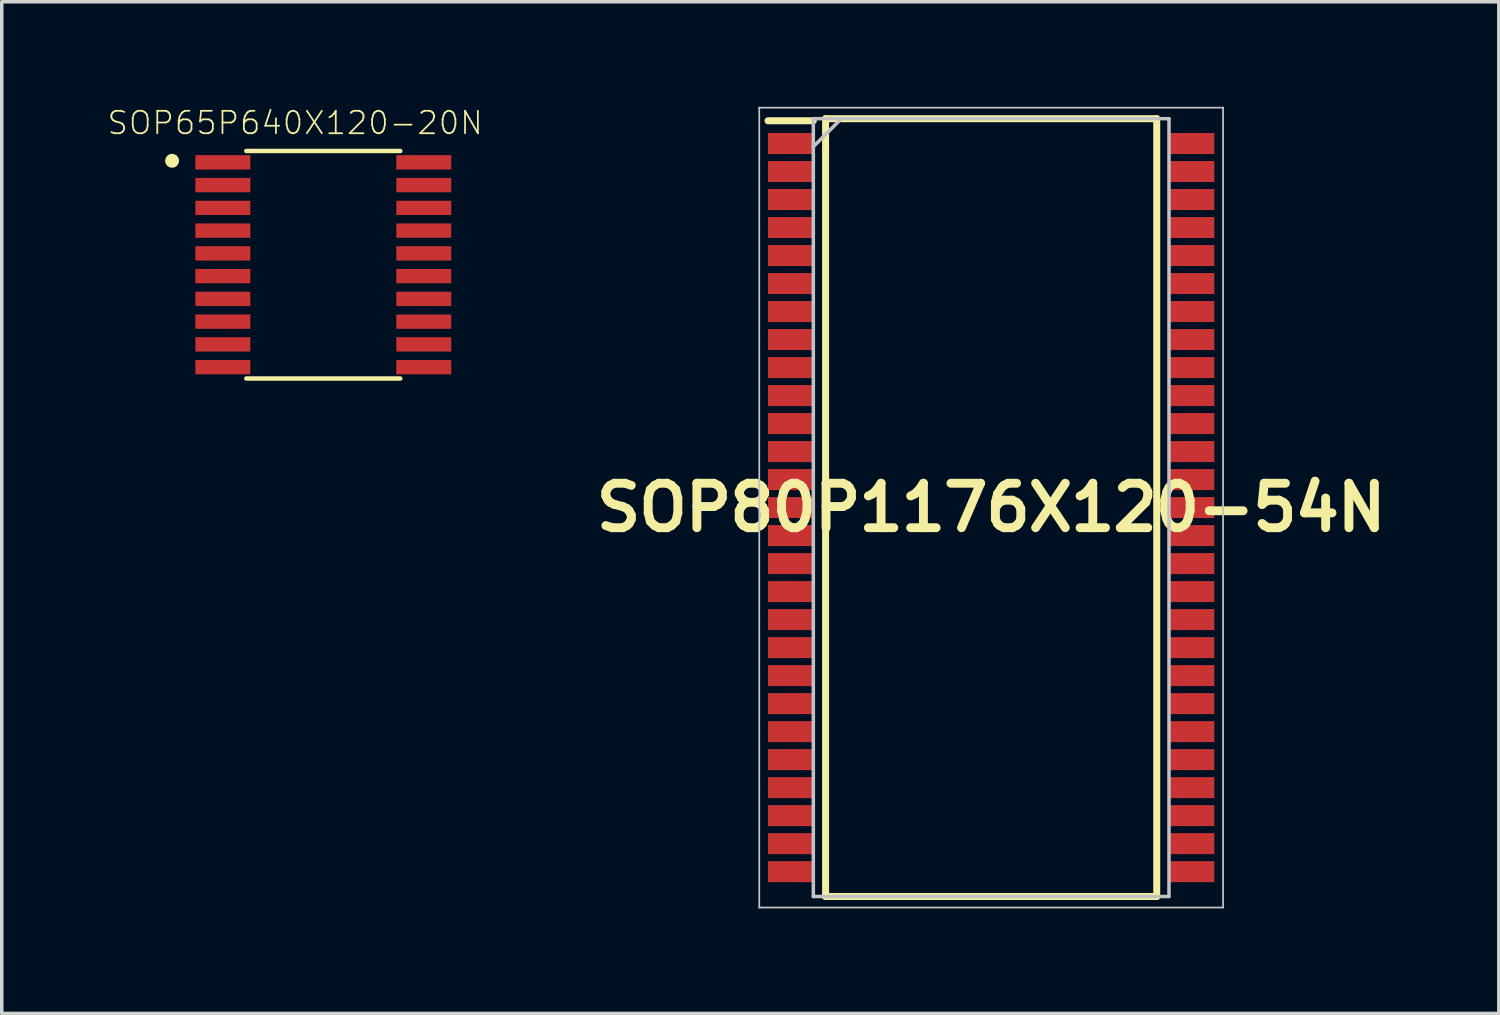
<source format=kicad_pcb>
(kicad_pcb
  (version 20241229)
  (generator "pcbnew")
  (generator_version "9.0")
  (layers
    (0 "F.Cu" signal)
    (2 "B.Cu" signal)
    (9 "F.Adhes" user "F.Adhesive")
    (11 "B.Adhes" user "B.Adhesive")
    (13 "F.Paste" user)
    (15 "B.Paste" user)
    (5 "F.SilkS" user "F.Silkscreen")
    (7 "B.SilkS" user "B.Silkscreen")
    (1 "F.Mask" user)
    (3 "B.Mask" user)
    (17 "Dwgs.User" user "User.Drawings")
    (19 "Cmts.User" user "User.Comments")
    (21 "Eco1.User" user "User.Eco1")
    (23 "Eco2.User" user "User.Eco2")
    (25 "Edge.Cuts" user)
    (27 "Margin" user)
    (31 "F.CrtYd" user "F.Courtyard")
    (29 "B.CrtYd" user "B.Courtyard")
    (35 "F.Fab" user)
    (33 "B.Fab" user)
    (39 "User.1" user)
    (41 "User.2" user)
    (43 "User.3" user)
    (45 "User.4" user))
  (footprint "SOP65P640X120-20N"
    (layer "F.Cu")
    (at 6.186 4.513)
    (property "Reference" "SOP65P640X120-20N" (at -0.805 -4.051 0) (layer "F.SilkS") (effects (font (size 0.641 0.641) (thickness 0.05))))
    (attr smd)
    (fp_line (start -2.2 -3.25) (end 2.2 -3.25) (stroke (width 0.127) (type solid)) (layer "F.SilkS"))
    (fp_line (start -2.2 3.25) (end 2.2 3.25) (stroke (width 0.127) (type solid)) (layer "F.SilkS"))
    (fp_circle (center -4.32 -2.97) (end -4.22 -2.97) (stroke (width 0.2) (type solid)) (fill no) (layer "F.SilkS"))
    (fp_line (start -3.91 -3.38) (end -2.5 -3.38) (stroke (width 0.05) (type solid)) (layer "Eco1.User"))
    (fp_line (start -3.91 3.38) (end -3.91 -3.38) (stroke (width 0.05) (type solid)) (layer "Eco1.User"))
    (fp_line (start -2.5 -3.5) (end 2.5 -3.5) (stroke (width 0.05) (type solid)) (layer "Eco1.User"))
    (fp_line (start -2.5 -3.38) (end -2.5 -3.5) (stroke (width 0.05) (type solid)) (layer "Eco1.User"))
    (fp_line (start -2.5 3.38) (end -3.91 3.38) (stroke (width 0.05) (type solid)) (layer "Eco1.User"))
    (fp_line (start -2.5 3.5) (end -2.5 3.38) (stroke (width 0.05) (type solid)) (layer "Eco1.User"))
    (fp_line (start 2.5 -3.5) (end 2.5 -3.38) (stroke (width 0.05) (type solid)) (layer "Eco1.User"))
    (fp_line (start 2.5 -3.38) (end 3.91 -3.38) (stroke (width 0.05) (type solid)) (layer "Eco1.User"))
    (fp_line (start 2.5 3.38) (end 2.5 3.5) (stroke (width 0.05) (type solid)) (layer "Eco1.User"))
    (fp_line (start 2.5 3.5) (end -2.5 3.5) (stroke (width 0.05) (type solid)) (layer "Eco1.User"))
    (fp_line (start 3.91 -3.38) (end 3.91 3.38) (stroke (width 0.05) (type solid)) (layer "Eco1.User"))
    (fp_line (start 3.91 3.38) (end 2.5 3.38) (stroke (width 0.05) (type solid)) (layer "Eco1.User"))
    (fp_line (start -2.2 -3.25) (end 2.2 -3.25) (stroke (width 0.127) (type solid)) (layer "Eco2.User"))
    (fp_line (start -2.2 3.25) (end -2.2 -3.25) (stroke (width 0.127) (type solid)) (layer "Eco2.User"))
    (fp_line (start 2.2 -3.25) (end 2.2 3.25) (stroke (width 0.127) (type solid)) (layer "Eco2.User"))
    (fp_line (start 2.2 3.25) (end -2.2 3.25) (stroke (width 0.127) (type solid)) (layer "Eco2.User"))
    (fp_circle (center -4.32 -2.97) (end -4.22 -2.97) (stroke (width 0.2) (type solid)) (fill no) (layer "Eco2.User"))
    (pad "1" smd rect (at -2.87 -2.925) (size 1.57 0.41) (layers "F.Cu" "F.Mask" "F.Paste"))
    (pad "2" smd rect (at -2.87 -2.275) (size 1.57 0.41) (layers "F.Cu" "F.Mask" "F.Paste"))
    (pad "3" smd rect (at -2.87 -1.625) (size 1.57 0.41) (layers "F.Cu" "F.Mask" "F.Paste"))
    (pad "4" smd rect (at -2.87 -0.975) (size 1.57 0.41) (layers "F.Cu" "F.Mask" "F.Paste"))
    (pad "5" smd rect (at -2.87 -0.325) (size 1.57 0.41) (layers "F.Cu" "F.Mask" "F.Paste"))
    (pad "6" smd rect (at -2.87 0.325) (size 1.57 0.41) (layers "F.Cu" "F.Mask" "F.Paste"))
    (pad "7" smd rect (at -2.87 0.975) (size 1.57 0.41) (layers "F.Cu" "F.Mask" "F.Paste"))
    (pad "8" smd rect (at -2.87 1.625) (size 1.57 0.41) (layers "F.Cu" "F.Mask" "F.Paste"))
    (pad "9" smd rect (at -2.87 2.275) (size 1.57 0.41) (layers "F.Cu" "F.Mask" "F.Paste"))
    (pad "10" smd rect (at -2.87 2.925) (size 1.57 0.41) (layers "F.Cu" "F.Mask" "F.Paste"))
    (pad "11" smd rect (at 2.87 2.925 180) (size 1.57 0.41) (layers "F.Cu" "F.Mask" "F.Paste"))
    (pad "12" smd rect (at 2.87 2.275 180) (size 1.57 0.41) (layers "F.Cu" "F.Mask" "F.Paste"))
    (pad "13" smd rect (at 2.87 1.625 180) (size 1.57 0.41) (layers "F.Cu" "F.Mask" "F.Paste"))
    (pad "14" smd rect (at 2.87 0.975 180) (size 1.57 0.41) (layers "F.Cu" "F.Mask" "F.Paste"))
    (pad "15" smd rect (at 2.87 0.325 180) (size 1.57 0.41) (layers "F.Cu" "F.Mask" "F.Paste"))
    (pad "16" smd rect (at 2.87 -0.325 180) (size 1.57 0.41) (layers "F.Cu" "F.Mask" "F.Paste"))
    (pad "17" smd rect (at 2.87 -0.975 180) (size 1.57 0.41) (layers "F.Cu" "F.Mask" "F.Paste"))
    (pad "18" smd rect (at 2.87 -1.625 180) (size 1.57 0.41) (layers "F.Cu" "F.Mask" "F.Paste"))
    (pad "19" smd rect (at 2.87 -2.275 180) (size 1.57 0.41) (layers "F.Cu" "F.Mask" "F.Paste"))
    (pad "20" smd rect (at 2.87 -2.925 180) (size 1.57 0.41) (layers "F.Cu" "F.Mask" "F.Paste")))
  (footprint "SOP80P1176X120-54N"
    (layer "F.Cu")
    (at 25.264 11.45)
    (property "Reference" "SOP80P1176X120-54N" (at 0 0 0) (layer "F.SilkS") (effects (font (size 1.27 1.27) (thickness 0.254))))
    (attr smd)
    (fp_line (start -6.375 -11.05) (end -5.08 -11.05) (stroke (width 0.2) (type solid)) (layer "F.SilkS"))
    (fp_line (start -4.73 -11.11) (end 4.73 -11.11) (stroke (width 0.2) (type solid)) (layer "F.SilkS"))
    (fp_line (start -4.73 11.11) (end -4.73 -11.11) (stroke (width 0.2) (type solid)) (layer "F.SilkS"))
    (fp_line (start 4.73 -11.11) (end 4.73 11.11) (stroke (width 0.2) (type solid)) (layer "F.SilkS"))
    (fp_line (start 4.73 11.11) (end -4.73 11.11) (stroke (width 0.2) (type solid)) (layer "F.SilkS"))
    (fp_line (start -6.625 -11.425) (end 6.625 -11.425) (stroke (width 0.05) (type solid)) (layer "Dwgs.User"))
    (fp_line (start -6.625 11.425) (end -6.625 -11.425) (stroke (width 0.05) (type solid)) (layer "Dwgs.User"))
    (fp_line (start -5.08 -11.11) (end 5.08 -11.11) (stroke (width 0.1) (type solid)) (layer "Dwgs.User"))
    (fp_line (start -5.08 -10.31) (end -4.28 -11.11) (stroke (width 0.1) (type solid)) (layer "Dwgs.User"))
    (fp_line (start -5.08 11.11) (end -5.08 -11.11) (stroke (width 0.1) (type solid)) (layer "Dwgs.User"))
    (fp_line (start 5.08 -11.11) (end 5.08 11.11) (stroke (width 0.1) (type solid)) (layer "Dwgs.User"))
    (fp_line (start 5.08 11.11) (end -5.08 11.11) (stroke (width 0.1) (type solid)) (layer "Dwgs.User"))
    (fp_line (start 6.625 -11.425) (end 6.625 11.425) (stroke (width 0.05) (type solid)) (layer "Dwgs.User"))
    (fp_line (start 6.625 11.425) (end -6.625 11.425) (stroke (width 0.05) (type solid)) (layer "Dwgs.User"))
    (pad "1" smd rect (at -5.728 -10.4 90) (size 0.6 1.295) (layers "F.Cu" "F.Mask" "F.Paste"))
    (pad "2" smd rect (at -5.728 -9.6 90) (size 0.6 1.295) (layers "F.Cu" "F.Mask" "F.Paste"))
    (pad "3" smd rect (at -5.728 -8.8 90) (size 0.6 1.295) (layers "F.Cu" "F.Mask" "F.Paste"))
    (pad "4" smd rect (at -5.728 -8 90) (size 0.6 1.295) (layers "F.Cu" "F.Mask" "F.Paste"))
    (pad "5" smd rect (at -5.728 -7.2 90) (size 0.6 1.295) (layers "F.Cu" "F.Mask" "F.Paste"))
    (pad "6" smd rect (at -5.728 -6.4 90) (size 0.6 1.295) (layers "F.Cu" "F.Mask" "F.Paste"))
    (pad "7" smd rect (at -5.728 -5.6 90) (size 0.6 1.295) (layers "F.Cu" "F.Mask" "F.Paste"))
    (pad "8" smd rect (at -5.728 -4.8 90) (size 0.6 1.295) (layers "F.Cu" "F.Mask" "F.Paste"))
    (pad "9" smd rect (at -5.728 -4 90) (size 0.6 1.295) (layers "F.Cu" "F.Mask" "F.Paste"))
    (pad "10" smd rect (at -5.728 -3.2 90) (size 0.6 1.295) (layers "F.Cu" "F.Mask" "F.Paste"))
    (pad "11" smd rect (at -5.728 -2.4 90) (size 0.6 1.295) (layers "F.Cu" "F.Mask" "F.Paste"))
    (pad "12" smd rect (at -5.728 -1.6 90) (size 0.6 1.295) (layers "F.Cu" "F.Mask" "F.Paste"))
    (pad "13" smd rect (at -5.728 -0.8 90) (size 0.6 1.295) (layers "F.Cu" "F.Mask" "F.Paste"))
    (pad "14" smd rect (at -5.728 0 90) (size 0.6 1.295) (layers "F.Cu" "F.Mask" "F.Paste"))
    (pad "15" smd rect (at -5.728 0.8 90) (size 0.6 1.295) (layers "F.Cu" "F.Mask" "F.Paste"))
    (pad "16" smd rect (at -5.728 1.6 90) (size 0.6 1.295) (layers "F.Cu" "F.Mask" "F.Paste"))
    (pad "17" smd rect (at -5.728 2.4 90) (size 0.6 1.295) (layers "F.Cu" "F.Mask" "F.Paste"))
    (pad "18" smd rect (at -5.728 3.2 90) (size 0.6 1.295) (layers "F.Cu" "F.Mask" "F.Paste"))
    (pad "19" smd rect (at -5.728 4 90) (size 0.6 1.295) (layers "F.Cu" "F.Mask" "F.Paste"))
    (pad "20" smd rect (at -5.728 4.8 90) (size 0.6 1.295) (layers "F.Cu" "F.Mask" "F.Paste"))
    (pad "21" smd rect (at -5.728 5.6 90) (size 0.6 1.295) (layers "F.Cu" "F.Mask" "F.Paste"))
    (pad "22" smd rect (at -5.728 6.4 90) (size 0.6 1.295) (layers "F.Cu" "F.Mask" "F.Paste"))
    (pad "23" smd rect (at -5.728 7.2 90) (size 0.6 1.295) (layers "F.Cu" "F.Mask" "F.Paste"))
    (pad "24" smd rect (at -5.728 8 90) (size 0.6 1.295) (layers "F.Cu" "F.Mask" "F.Paste"))
    (pad "25" smd rect (at -5.728 8.8 90) (size 0.6 1.295) (layers "F.Cu" "F.Mask" "F.Paste"))
    (pad "26" smd rect (at -5.728 9.6 90) (size 0.6 1.295) (layers "F.Cu" "F.Mask" "F.Paste"))
    (pad "27" smd rect (at -5.728 10.4 90) (size 0.6 1.295) (layers "F.Cu" "F.Mask" "F.Paste"))
    (pad "28" smd rect (at 5.728 10.4 90) (size 0.6 1.295) (layers "F.Cu" "F.Mask" "F.Paste"))
    (pad "29" smd rect (at 5.728 9.6 90) (size 0.6 1.295) (layers "F.Cu" "F.Mask" "F.Paste"))
    (pad "30" smd rect (at 5.728 8.8 90) (size 0.6 1.295) (layers "F.Cu" "F.Mask" "F.Paste"))
    (pad "31" smd rect (at 5.728 8 90) (size 0.6 1.295) (layers "F.Cu" "F.Mask" "F.Paste"))
    (pad "32" smd rect (at 5.728 7.2 90) (size 0.6 1.295) (layers "F.Cu" "F.Mask" "F.Paste"))
    (pad "33" smd rect (at 5.728 6.4 90) (size 0.6 1.295) (layers "F.Cu" "F.Mask" "F.Paste"))
    (pad "34" smd rect (at 5.728 5.6 90) (size 0.6 1.295) (layers "F.Cu" "F.Mask" "F.Paste"))
    (pad "35" smd rect (at 5.728 4.8 90) (size 0.6 1.295) (layers "F.Cu" "F.Mask" "F.Paste"))
    (pad "36" smd rect (at 5.728 4 90) (size 0.6 1.295) (layers "F.Cu" "F.Mask" "F.Paste"))
    (pad "37" smd rect (at 5.728 3.2 90) (size 0.6 1.295) (layers "F.Cu" "F.Mask" "F.Paste"))
    (pad "38" smd rect (at 5.728 2.4 90) (size 0.6 1.295) (layers "F.Cu" "F.Mask" "F.Paste"))
    (pad "39" smd rect (at 5.728 1.6 90) (size 0.6 1.295) (layers "F.Cu" "F.Mask" "F.Paste"))
    (pad "40" smd rect (at 5.728 0.8 90) (size 0.6 1.295) (layers "F.Cu" "F.Mask" "F.Paste"))
    (pad "41" smd rect (at 5.728 0 90) (size 0.6 1.295) (layers "F.Cu" "F.Mask" "F.Paste"))
    (pad "42" smd rect (at 5.728 -0.8 90) (size 0.6 1.295) (layers "F.Cu" "F.Mask" "F.Paste"))
    (pad "43" smd rect (at 5.728 -1.6 90) (size 0.6 1.295) (layers "F.Cu" "F.Mask" "F.Paste"))
    (pad "44" smd rect (at 5.728 -2.4 90) (size 0.6 1.295) (layers "F.Cu" "F.Mask" "F.Paste"))
    (pad "45" smd rect (at 5.728 -3.2 90) (size 0.6 1.295) (layers "F.Cu" "F.Mask" "F.Paste"))
    (pad "46" smd rect (at 5.728 -4 90) (size 0.6 1.295) (layers "F.Cu" "F.Mask" "F.Paste"))
    (pad "47" smd rect (at 5.728 -4.8 90) (size 0.6 1.295) (layers "F.Cu" "F.Mask" "F.Paste"))
    (pad "48" smd rect (at 5.728 -5.6 90) (size 0.6 1.295) (layers "F.Cu" "F.Mask" "F.Paste"))
    (pad "49" smd rect (at 5.728 -6.4 90) (size 0.6 1.295) (layers "F.Cu" "F.Mask" "F.Paste"))
    (pad "50" smd rect (at 5.728 -7.2 90) (size 0.6 1.295) (layers "F.Cu" "F.Mask" "F.Paste"))
    (pad "51" smd rect (at 5.728 -8 90) (size 0.6 1.295) (layers "F.Cu" "F.Mask" "F.Paste"))
    (pad "52" smd rect (at 5.728 -8.8 90) (size 0.6 1.295) (layers "F.Cu" "F.Mask" "F.Paste"))
    (pad "53" smd rect (at 5.728 -9.6 90) (size 0.6 1.295) (layers "F.Cu" "F.Mask" "F.Paste"))
    (pad "54" smd rect (at 5.728 -10.4 90) (size 0.6 1.295) (layers "F.Cu" "F.Mask" "F.Paste")))
  (gr_rect
    (start -3 -3)
    (end 39.767 25.9)
    (stroke (width 0.1) (type default))
    (fill no)
    (layer "Edge.Cuts")))
</source>
